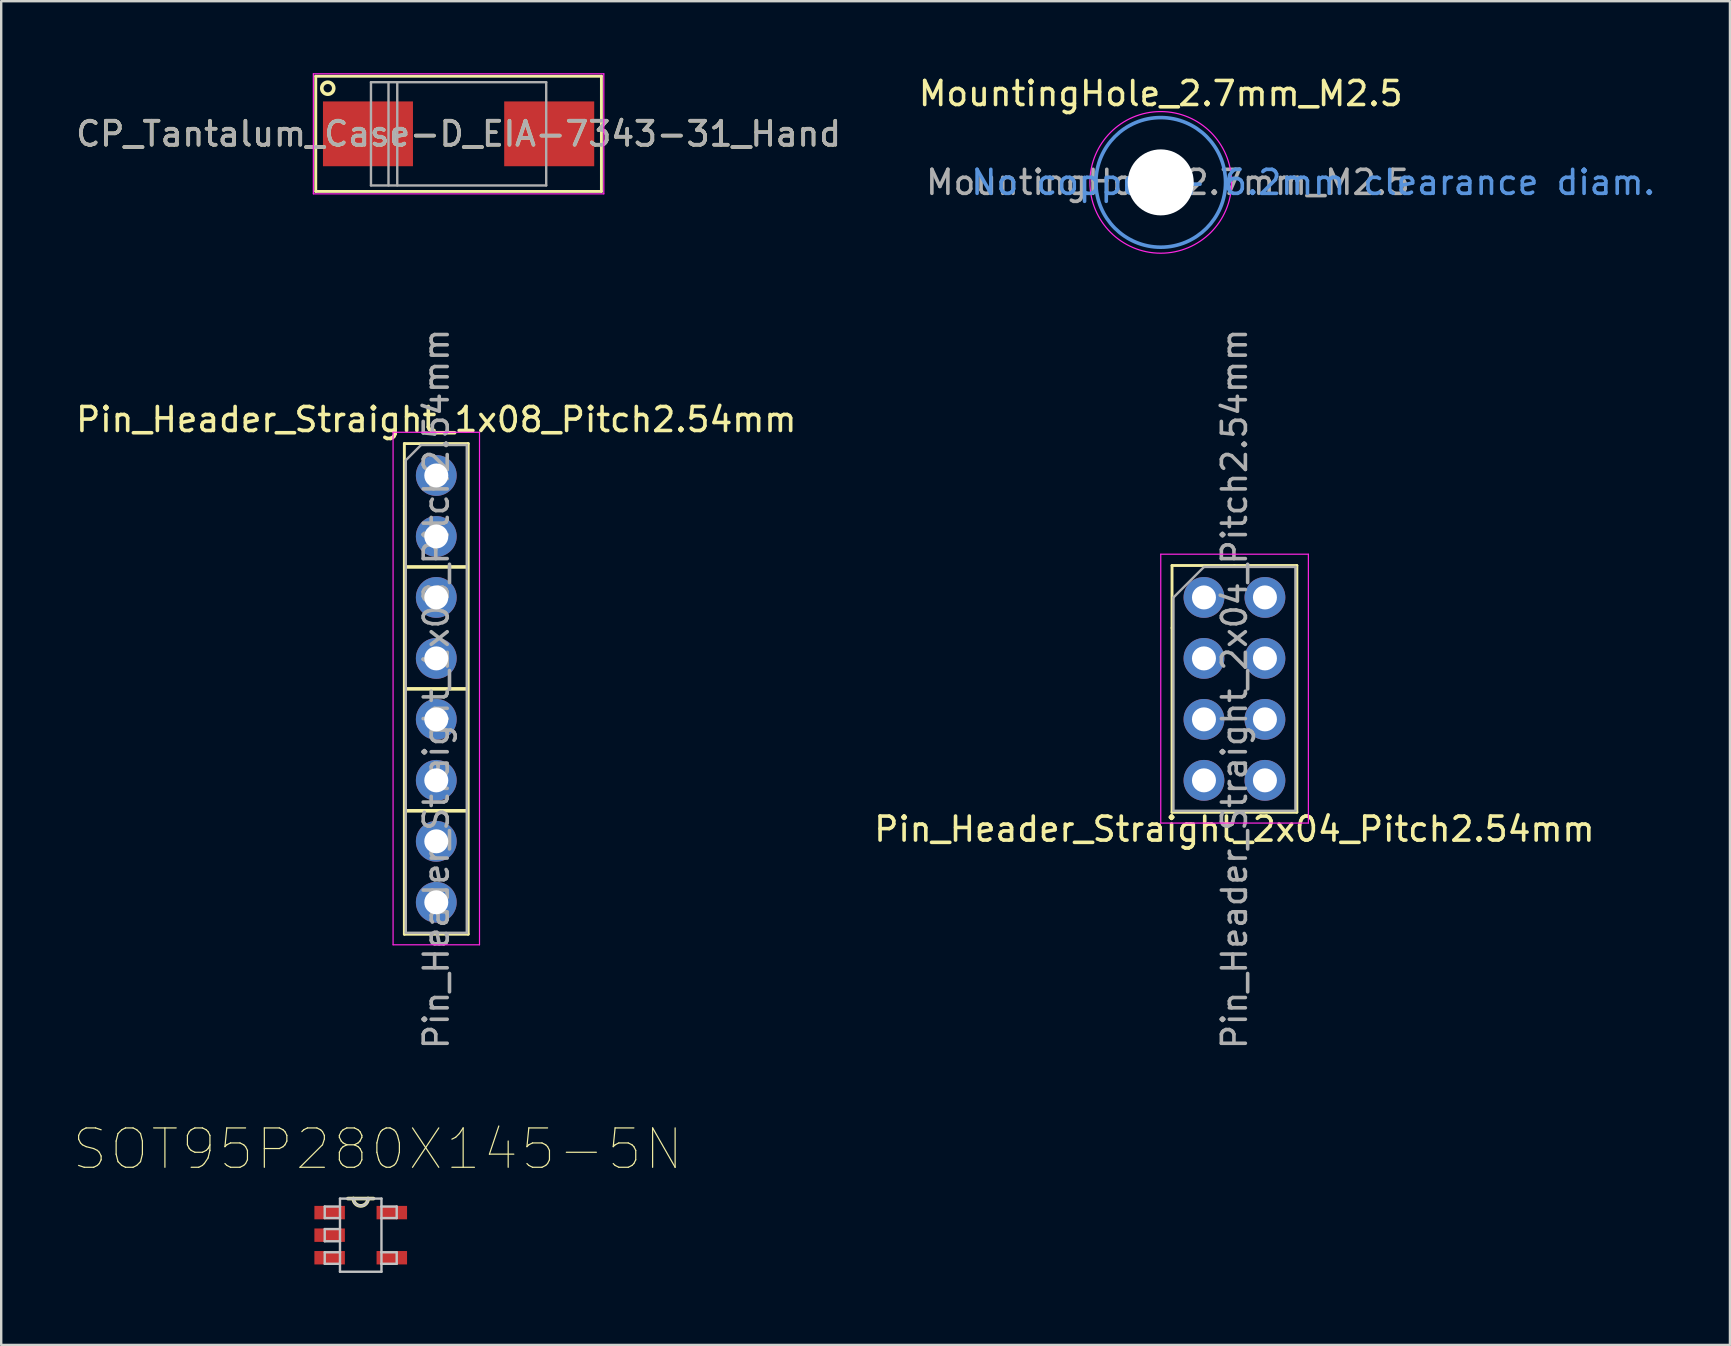
<source format=kicad_pcb>
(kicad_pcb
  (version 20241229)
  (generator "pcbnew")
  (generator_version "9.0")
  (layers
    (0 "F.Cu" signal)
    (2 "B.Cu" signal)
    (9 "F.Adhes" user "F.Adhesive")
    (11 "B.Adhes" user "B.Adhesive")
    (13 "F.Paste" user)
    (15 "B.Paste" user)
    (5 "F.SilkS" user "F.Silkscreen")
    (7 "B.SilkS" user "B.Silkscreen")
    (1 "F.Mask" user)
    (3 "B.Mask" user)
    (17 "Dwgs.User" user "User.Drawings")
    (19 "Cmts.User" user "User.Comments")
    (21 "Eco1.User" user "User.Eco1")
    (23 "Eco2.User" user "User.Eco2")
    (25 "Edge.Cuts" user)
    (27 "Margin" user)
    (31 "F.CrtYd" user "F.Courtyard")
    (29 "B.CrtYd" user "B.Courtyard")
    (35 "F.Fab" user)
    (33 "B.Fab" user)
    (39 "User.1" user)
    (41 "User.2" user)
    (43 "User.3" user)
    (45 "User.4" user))
  (footprint "Pin_Header_Straight_1x08_Pitch2.54mm"
    (layer "F.Cu")
    (at 15.125 16.758)
    (property "Reference" "Pin_Header_Straight_1x08_Pitch2.54mm" (at 0 -2.33 0) (layer "F.SilkS") (effects (font (size 1 1) (thickness 0.15))))
    (attr through_hole)
    (fp_line (start -1.33 -1.33) (end 1.33 -1.33) (stroke (width 0.12) (type solid)) (layer "F.SilkS"))
    (fp_line (start -1.33 1.27) (end -1.33 -1.33) (stroke (width 0.12) (type solid)) (layer "F.SilkS"))
    (fp_line (start -1.33 1.27) (end -1.33 19.11) (stroke (width 0.12) (type solid)) (layer "F.SilkS"))
    (fp_line (start -1.33 19.11) (end 1.33 19.11) (stroke (width 0.12) (type solid)) (layer "F.SilkS"))
    (fp_line (start -1.27 3.81) (end 1.27 3.81) (stroke (width 0.15) (type solid)) (layer "F.SilkS"))
    (fp_line (start -1.27 8.89) (end 1.27 8.89) (stroke (width 0.15) (type solid)) (layer "F.SilkS"))
    (fp_line (start -1.27 13.97) (end 1.27 13.97) (stroke (width 0.15) (type solid)) (layer "F.SilkS"))
    (fp_line (start 1.33 -1.33) (end 1.33 19.11) (stroke (width 0.12) (type solid)) (layer "F.SilkS"))
    (fp_line (start -1.8 -1.8) (end -1.8 19.55) (stroke (width 0.05) (type solid)) (layer "F.CrtYd"))
    (fp_line (start -1.8 19.55) (end 1.8 19.55) (stroke (width 0.05) (type solid)) (layer "F.CrtYd"))
    (fp_line (start 1.8 -1.8) (end -1.8 -1.8) (stroke (width 0.05) (type solid)) (layer "F.CrtYd"))
    (fp_line (start 1.8 19.55) (end 1.8 -1.8) (stroke (width 0.05) (type solid)) (layer "F.CrtYd"))
    (fp_line (start -1.27 -0.635) (end -0.635 -1.27) (stroke (width 0.1) (type solid)) (layer "F.Fab"))
    (fp_line (start -1.27 19.05) (end -1.27 -0.635) (stroke (width 0.1) (type solid)) (layer "F.Fab"))
    (fp_line (start -0.635 -1.27) (end 1.27 -1.27) (stroke (width 0.1) (type solid)) (layer "F.Fab"))
    (fp_line (start 1.27 -1.27) (end 1.27 19.05) (stroke (width 0.1) (type solid)) (layer "F.Fab"))
    (fp_line (start 1.27 19.05) (end -1.27 19.05) (stroke (width 0.1) (type solid)) (layer "F.Fab"))
    (fp_text user "${REFERENCE}" (at 0 8.89 90) (layer "F.Fab") (effects (font (size 1 1) (thickness 0.15))))
    (pad "1" thru_hole circle (at 0 0) (size 1.7 1.7) (drill 1) (layers "*.Cu" "*.Mask"))
    (pad "2" thru_hole oval (at 0 2.54) (size 1.7 1.7) (drill 1) (layers "*.Cu" "*.Mask"))
    (pad "3" thru_hole oval (at 0 5.08) (size 1.7 1.7) (drill 1) (layers "*.Cu" "*.Mask"))
    (pad "4" thru_hole oval (at 0 7.62) (size 1.7 1.7) (drill 1) (layers "*.Cu" "*.Mask"))
    (pad "5" thru_hole oval (at 0 10.16) (size 1.7 1.7) (drill 1) (layers "*.Cu" "*.Mask"))
    (pad "6" thru_hole oval (at 0 12.7) (size 1.7 1.7) (drill 1) (layers "*.Cu" "*.Mask"))
    (pad "7" thru_hole oval (at 0 15.24) (size 1.7 1.7) (drill 1) (layers "*.Cu" "*.Mask"))
    (pad "8" thru_hole oval (at 0 17.78) (size 1.7 1.7) (drill 1) (layers "*.Cu" "*.Mask")))
  (footprint "MountingHole_2.7mm_M2.5"
    (layer "F.Cu")
    (at 45.304 4.548)
    (property "Reference" "MountingHole_2.7mm_M2.5" (at 0 -3.7 0) (layer "F.SilkS") (effects (font (size 1 1) (thickness 0.15))))
    (attr exclude_from_pos_files exclude_from_bom)
    (fp_circle (center 0 0) (end 2.7 0) (stroke (width 0.15) (type solid)) (fill no) (layer "Cmts.User"))
    (fp_circle (center 0 0) (end 2.95 0) (stroke (width 0.05) (type solid)) (fill no) (layer "F.CrtYd"))
    (fp_text user "No copper + 6.2mm clearance diam." (at 6.35 0 0) (layer "Cmts.User") (effects (font (size 1 1) (thickness 0.15))))
    (fp_text user "${REFERENCE}" (at 0.3 0 0) (layer "F.Fab") (effects (font (size 1 1) (thickness 0.15))))
    (pad "" np_thru_hole circle (at 0 0) (size 2.75 2.75) (drill 2.75) (layers "*.Cu" "*.Mask")))
  (footprint "SOT95P280X145-5N"
    (layer "F.Cu")
    (at 11.977 48.405)
    (property "Reference" "SOT95P280X145-5N" (at 0.712 -3.584 0) (layer "F.SilkS") (effects (font (size 1.641 1.641) (thickness 0.05))))
    (attr smd)
    (fp_line (start -0.305 -1.524) (end -0.533 -1.524) (stroke (width 0.152) (type solid)) (layer "F.SilkS"))
    (fp_line (start 0.305 -1.524) (end -0.305 -1.524) (stroke (width 0.152) (type solid)) (layer "F.SilkS"))
    (fp_line (start 0.533 -1.524) (end 0.305 -1.524) (stroke (width 0.152) (type solid)) (layer "F.SilkS"))
    (fp_arc (start 0.3048 -1.524) (mid 0 -1.2192) (end -0.3048 -1.524) (stroke (width 0.1524) (type solid)) (layer "F.SilkS"))
    (fp_line (start -1.499 -1.194) (end -1.499 -0.711) (stroke (width 0.1) (type solid)) (layer "Dwgs.User"))
    (fp_line (start -1.499 -0.711) (end -0.864 -0.711) (stroke (width 0.1) (type solid)) (layer "Dwgs.User"))
    (fp_line (start -1.499 -0.254) (end -1.499 0.254) (stroke (width 0.1) (type solid)) (layer "Dwgs.User"))
    (fp_line (start -1.499 0.254) (end -0.864 0.254) (stroke (width 0.1) (type solid)) (layer "Dwgs.User"))
    (fp_line (start -1.499 0.711) (end -1.499 1.194) (stroke (width 0.1) (type solid)) (layer "Dwgs.User"))
    (fp_line (start -1.499 1.194) (end -0.864 1.194) (stroke (width 0.1) (type solid)) (layer "Dwgs.User"))
    (fp_line (start -0.864 -1.524) (end -0.864 -1.194) (stroke (width 0.1) (type solid)) (layer "Dwgs.User"))
    (fp_line (start -0.864 -1.194) (end -1.499 -1.194) (stroke (width 0.1) (type solid)) (layer "Dwgs.User"))
    (fp_line (start -0.864 -1.194) (end -0.864 -0.711) (stroke (width 0.1) (type solid)) (layer "Dwgs.User"))
    (fp_line (start -0.864 -0.711) (end -0.864 -0.254) (stroke (width 0.1) (type solid)) (layer "Dwgs.User"))
    (fp_line (start -0.864 -0.254) (end -1.499 -0.254) (stroke (width 0.1) (type solid)) (layer "Dwgs.User"))
    (fp_line (start -0.864 -0.254) (end -0.864 0.254) (stroke (width 0.1) (type solid)) (layer "Dwgs.User"))
    (fp_line (start -0.864 0.254) (end -0.864 0.711) (stroke (width 0.1) (type solid)) (layer "Dwgs.User"))
    (fp_line (start -0.864 0.711) (end -1.499 0.711) (stroke (width 0.1) (type solid)) (layer "Dwgs.User"))
    (fp_line (start -0.864 1.194) (end -0.864 0.711) (stroke (width 0.1) (type solid)) (layer "Dwgs.User"))
    (fp_line (start -0.864 1.524) (end -0.864 1.194) (stroke (width 0.1) (type solid)) (layer "Dwgs.User"))
    (fp_line (start -0.864 1.524) (end 0.864 1.524) (stroke (width 0.1) (type solid)) (layer "Dwgs.User"))
    (fp_line (start -0.305 -1.524) (end -0.864 -1.524) (stroke (width 0.1) (type solid)) (layer "Dwgs.User"))
    (fp_line (start 0.305 -1.524) (end -0.305 -1.524) (stroke (width 0.1) (type solid)) (layer "Dwgs.User"))
    (fp_line (start 0.864 -1.524) (end 0.305 -1.524) (stroke (width 0.1) (type solid)) (layer "Dwgs.User"))
    (fp_line (start 0.864 -1.524) (end 0.864 -1.194) (stroke (width 0.1) (type solid)) (layer "Dwgs.User"))
    (fp_line (start 0.864 -1.194) (end 0.864 -0.711) (stroke (width 0.1) (type solid)) (layer "Dwgs.User"))
    (fp_line (start 0.864 -0.711) (end 1.499 -0.711) (stroke (width 0.1) (type solid)) (layer "Dwgs.User"))
    (fp_line (start 0.864 0.711) (end 0.864 -0.711) (stroke (width 0.1) (type solid)) (layer "Dwgs.User"))
    (fp_line (start 0.864 1.194) (end 0.864 0.711) (stroke (width 0.1) (type solid)) (layer "Dwgs.User"))
    (fp_line (start 0.864 1.194) (end 1.499 1.194) (stroke (width 0.1) (type solid)) (layer "Dwgs.User"))
    (fp_line (start 0.864 1.524) (end 0.864 1.194) (stroke (width 0.1) (type solid)) (layer "Dwgs.User"))
    (fp_line (start 1.499 -1.194) (end 0.864 -1.194) (stroke (width 0.1) (type solid)) (layer "Dwgs.User"))
    (fp_line (start 1.499 -0.711) (end 1.499 -1.194) (stroke (width 0.1) (type solid)) (layer "Dwgs.User"))
    (fp_line (start 1.499 0.711) (end 0.864 0.711) (stroke (width 0.1) (type solid)) (layer "Dwgs.User"))
    (fp_line (start 1.499 1.194) (end 1.499 0.711) (stroke (width 0.1) (type solid)) (layer "Dwgs.User"))
    (fp_arc (start 0.3048 -1.524) (mid 0 -1.2192) (end -0.3048 -1.524) (stroke (width 0.1) (type solid)) (layer "Dwgs.User"))
    (pad "1" smd rect (at -1.295 -0.94) (size 1.27 0.559) (layers "F.Cu" "F.Mask" "F.Paste"))
    (pad "2" smd rect (at -1.295 0) (size 1.27 0.559) (layers "F.Cu" "F.Mask" "F.Paste"))
    (pad "3" smd rect (at -1.295 0.94) (size 1.27 0.559) (layers "F.Cu" "F.Mask" "F.Paste"))
    (pad "4" smd rect (at 1.295 0.94) (size 1.27 0.559) (layers "F.Cu" "F.Mask" "F.Paste"))
    (pad "5" smd rect (at 1.295 -0.94) (size 1.27 0.559) (layers "F.Cu" "F.Mask" "F.Paste")))
  (footprint "CP_Tantalum_Case-D_EIA-7343-31_Hand"
    (layer "F.Cu")
    (at 16.054 2.525)
    (property "Reference" "CP_Tantalum_Case-D_EIA-7343-31_Hand" (at 0 0 0) (layer "F.SilkS") (effects (font (size 1 1) (thickness 0.15))))
    (attr smd)
    (fp_line (start -5.95 -2.4) (end -5.95 2.4) (stroke (width 0.12) (type solid)) (layer "F.SilkS"))
    (fp_line (start -5.95 -2.4) (end 5.95 -2.4) (stroke (width 0.12) (type solid)) (layer "F.SilkS"))
    (fp_line (start -5.95 2.4) (end 5.95 2.4) (stroke (width 0.12) (type solid)) (layer "F.SilkS"))
    (fp_line (start 5.95 -2.4) (end 5.95 2.4) (stroke (width 0.12) (type solid)) (layer "F.SilkS"))
    (fp_circle (center -5.45 -1.9) (end -5.45 -1.65) (stroke (width 0.15) (type solid)) (fill no) (layer "F.SilkS"))
    (fp_line (start -6.05 -2.5) (end -6.05 2.5) (stroke (width 0.05) (type solid)) (layer "F.CrtYd"))
    (fp_line (start -6.05 2.5) (end 6.05 2.5) (stroke (width 0.05) (type solid)) (layer "F.CrtYd"))
    (fp_line (start 6.05 -2.5) (end -6.05 -2.5) (stroke (width 0.05) (type solid)) (layer "F.CrtYd"))
    (fp_line (start 6.05 2.5) (end 6.05 -2.5) (stroke (width 0.05) (type solid)) (layer "F.CrtYd"))
    (fp_line (start -3.65 -2.15) (end -3.65 2.15) (stroke (width 0.1) (type solid)) (layer "F.Fab"))
    (fp_line (start -3.65 2.15) (end 3.65 2.15) (stroke (width 0.1) (type solid)) (layer "F.Fab"))
    (fp_line (start -2.92 -2.15) (end -2.92 2.15) (stroke (width 0.1) (type solid)) (layer "F.Fab"))
    (fp_line (start -2.555 -2.15) (end -2.555 2.15) (stroke (width 0.1) (type solid)) (layer "F.Fab"))
    (fp_line (start 3.65 -2.15) (end -3.65 -2.15) (stroke (width 0.1) (type solid)) (layer "F.Fab"))
    (fp_line (start 3.65 2.15) (end 3.65 -2.15) (stroke (width 0.1) (type solid)) (layer "F.Fab"))
    (fp_text user "${REFERENCE}" (at 0 0 0) (layer "F.Fab") (effects (font (size 1 1) (thickness 0.15))))
    (pad "1" smd rect (at -3.775 0) (size 3.75 2.7) (layers "F.Cu" "F.Mask" "F.Paste"))
    (pad "2" smd rect (at 3.775 0) (size 3.75 2.7) (layers "F.Cu" "F.Mask" "F.Paste")))
  (footprint "Pin_Header_Straight_2x04_Pitch2.54mm"
    (layer "F.Cu")
    (at 47.105 21.838)
    (property "Reference" "Pin_Header_Straight_2x04_Pitch2.54mm" (at 1.27 9.652 0) (layer "F.SilkS") (effects (font (size 1 1) (thickness 0.15))))
    (attr through_hole)
    (fp_line (start -1.33 -1.33) (end 1.27 -1.33) (stroke (width 0.12) (type solid)) (layer "F.SilkS"))
    (fp_line (start -1.33 1.27) (end -1.33 -1.33) (stroke (width 0.12) (type solid)) (layer "F.SilkS"))
    (fp_line (start -1.33 1.27) (end -1.33 8.95) (stroke (width 0.12) (type solid)) (layer "F.SilkS"))
    (fp_line (start -1.33 8.95) (end 3.87 8.95) (stroke (width 0.12) (type solid)) (layer "F.SilkS"))
    (fp_line (start 1.27 -1.33) (end 3.87 -1.33) (stroke (width 0.12) (type solid)) (layer "F.SilkS"))
    (fp_line (start 3.87 -1.33) (end 3.87 8.95) (stroke (width 0.12) (type solid)) (layer "F.SilkS"))
    (fp_line (start -1.8 -1.8) (end -1.8 9.4) (stroke (width 0.05) (type solid)) (layer "F.CrtYd"))
    (fp_line (start -1.8 9.4) (end 4.35 9.4) (stroke (width 0.05) (type solid)) (layer "F.CrtYd"))
    (fp_line (start 4.35 -1.8) (end -1.8 -1.8) (stroke (width 0.05) (type solid)) (layer "F.CrtYd"))
    (fp_line (start 4.35 9.4) (end 4.35 -1.8) (stroke (width 0.05) (type solid)) (layer "F.CrtYd"))
    (fp_line (start -1.27 0) (end 0 -1.27) (stroke (width 0.1) (type solid)) (layer "F.Fab"))
    (fp_line (start -1.27 8.89) (end -1.27 0) (stroke (width 0.1) (type solid)) (layer "F.Fab"))
    (fp_line (start 0 -1.27) (end 3.81 -1.27) (stroke (width 0.1) (type solid)) (layer "F.Fab"))
    (fp_line (start 3.81 -1.27) (end 3.81 8.89) (stroke (width 0.1) (type solid)) (layer "F.Fab"))
    (fp_line (start 3.81 8.89) (end -1.27 8.89) (stroke (width 0.1) (type solid)) (layer "F.Fab"))
    (fp_text user "${REFERENCE}" (at 1.27 3.81 90) (layer "F.Fab") (effects (font (size 1 1) (thickness 0.15))))
    (pad "1" thru_hole circle (at 0 0) (size 1.7 1.7) (drill 1) (layers "*.Cu" "*.Mask"))
    (pad "2" thru_hole oval (at 2.54 0) (size 1.7 1.7) (drill 1) (layers "*.Cu" "*.Mask"))
    (pad "3" thru_hole oval (at 0 2.54) (size 1.7 1.7) (drill 1) (layers "*.Cu" "*.Mask"))
    (pad "4" thru_hole oval (at 2.54 2.54) (size 1.7 1.7) (drill 1) (layers "*.Cu" "*.Mask"))
    (pad "5" thru_hole oval (at 0 5.08) (size 1.7 1.7) (drill 1) (layers "*.Cu" "*.Mask"))
    (pad "6" thru_hole oval (at 2.54 5.08) (size 1.7 1.7) (drill 1) (layers "*.Cu" "*.Mask"))
    (pad "7" thru_hole oval (at 0 7.62) (size 1.7 1.7) (drill 1) (layers "*.Cu" "*.Mask"))
    (pad "8" thru_hole oval (at 2.54 7.62) (size 1.7 1.7) (drill 1) (layers "*.Cu" "*.Mask")))
  (gr_rect
    (start -3 -3)
    (end 69.017 52.979)
    (stroke (width 0.1) (type default))
    (fill no)
    (layer "Edge.Cuts")))
</source>
